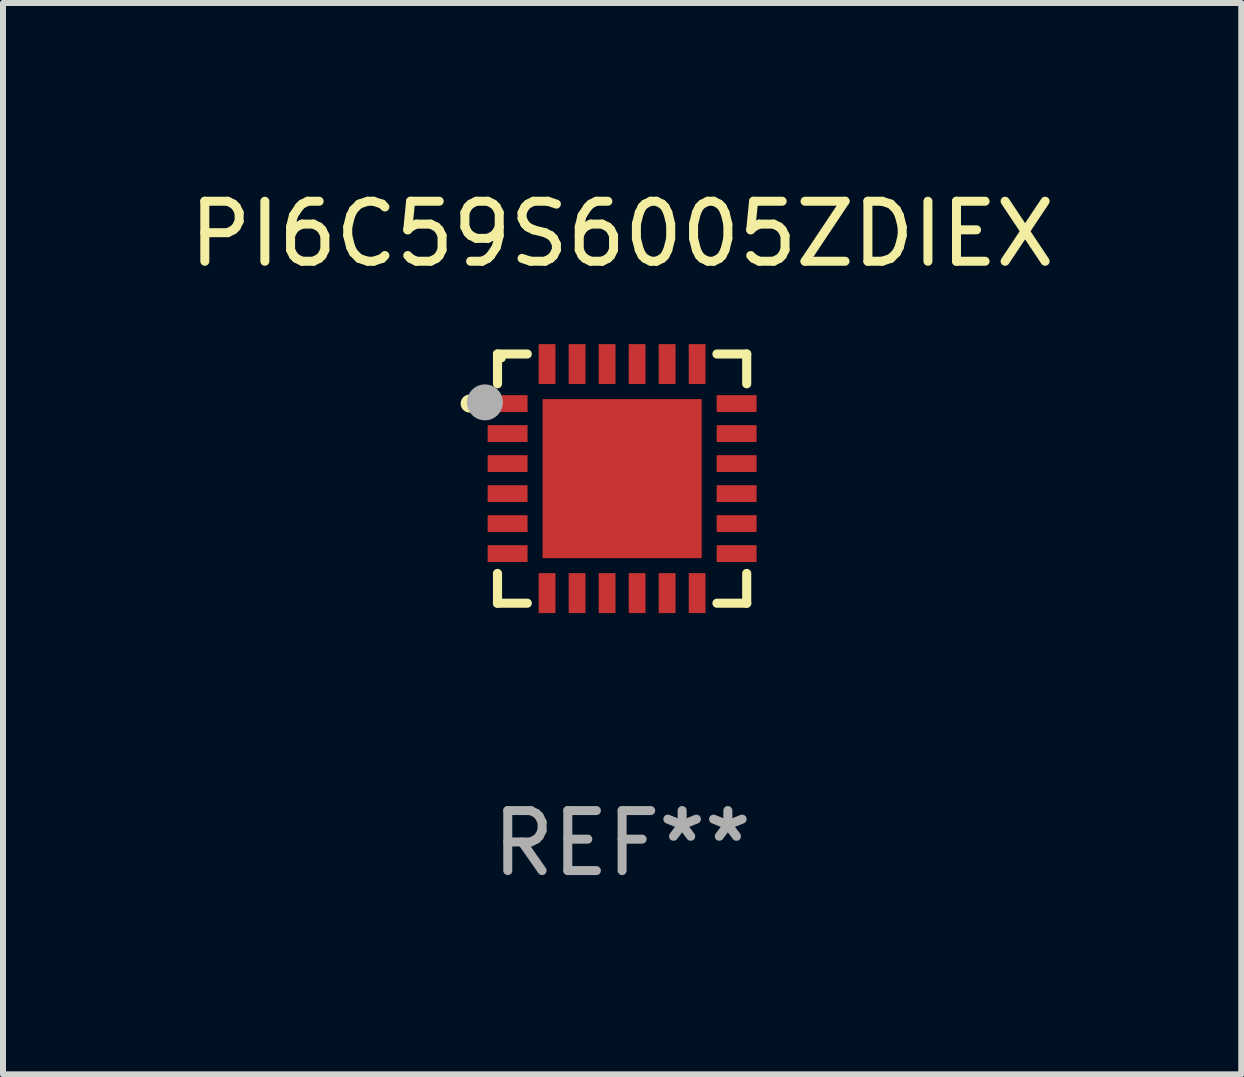
<source format=kicad_pcb>
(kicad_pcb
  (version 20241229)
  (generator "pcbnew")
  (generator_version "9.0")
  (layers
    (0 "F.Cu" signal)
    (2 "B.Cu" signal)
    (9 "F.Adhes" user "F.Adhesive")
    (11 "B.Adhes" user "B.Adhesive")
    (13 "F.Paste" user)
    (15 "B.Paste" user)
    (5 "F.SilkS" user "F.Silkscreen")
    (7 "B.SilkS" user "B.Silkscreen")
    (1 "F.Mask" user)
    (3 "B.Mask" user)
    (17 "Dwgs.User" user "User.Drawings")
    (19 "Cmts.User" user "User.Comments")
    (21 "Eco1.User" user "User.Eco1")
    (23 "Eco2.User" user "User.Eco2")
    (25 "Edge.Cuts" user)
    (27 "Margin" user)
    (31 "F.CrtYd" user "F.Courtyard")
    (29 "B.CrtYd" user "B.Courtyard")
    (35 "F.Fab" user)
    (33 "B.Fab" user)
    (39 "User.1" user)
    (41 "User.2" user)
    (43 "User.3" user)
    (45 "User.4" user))
  (footprint "PI6C59S6005ZDIEX"
    (layer "F.Cu")
    (at 7.315 4.924)
    (property "Reference" "PI6C59S6005ZDIEX" (at 0 -4.076 0) (layer "F.SilkS") (effects (font (size 1 1) (thickness 0.15))))
    (attr through_hole)
    (fp_line (start -2.076 -2.076) (end -2.076 -1.58) (stroke (width 0.152) (type solid)) (layer "F.SilkS"))
    (fp_line (start -2.076 2.076) (end -2.076 1.58) (stroke (width 0.152) (type solid)) (layer "F.SilkS"))
    (fp_line (start -1.58 -2.076) (end -2.076 -2.076) (stroke (width 0.152) (type solid)) (layer "F.SilkS"))
    (fp_line (start -1.58 2.076) (end -2.076 2.076) (stroke (width 0.152) (type solid)) (layer "F.SilkS"))
    (fp_line (start 1.58 -2.076) (end 2.076 -2.076) (stroke (width 0.152) (type solid)) (layer "F.SilkS"))
    (fp_line (start 1.58 2.076) (end 2.076 2.076) (stroke (width 0.152) (type solid)) (layer "F.SilkS"))
    (fp_line (start 2.076 -2.076) (end 2.076 -1.58) (stroke (width 0.152) (type solid)) (layer "F.SilkS"))
    (fp_line (start 2.076 2.076) (end 2.076 1.58) (stroke (width 0.152) (type solid)) (layer "F.SilkS"))
    (fp_circle (center -2.54 -1.25) (end -2.465 -1.25) (stroke (width 0.15) (type solid)) (fill no) (layer "F.SilkS"))
    (fp_circle (center -2 -2) (end -1.97 -2) (stroke (width 0.06) (type solid)) (fill no) (layer "F.SilkS"))
    (fp_circle (center -2.286 -1.27) (end -2.136 -1.27) (stroke (width 0.3) (type solid)) (fill no) (layer "F.Fab"))
    (fp_text user "REF**" (at 0 6.076 0) (layer "F.Fab") (effects (font (size 1 1) (thickness 0.15))))
    (pad "1" smd rect (at -1.908 -1.25) (size 0.665 0.28) (layers "F.Cu" "F.Mask" "F.Paste"))
    (pad "2" smd rect (at -1.908 -0.75) (size 0.665 0.28) (layers "F.Cu" "F.Mask" "F.Paste"))
    (pad "3" smd rect (at -1.908 -0.25) (size 0.665 0.28) (layers "F.Cu" "F.Mask" "F.Paste"))
    (pad "4" smd rect (at -1.908 0.25) (size 0.665 0.28) (layers "F.Cu" "F.Mask" "F.Paste"))
    (pad "5" smd rect (at -1.908 0.75) (size 0.665 0.28) (layers "F.Cu" "F.Mask" "F.Paste"))
    (pad "6" smd rect (at -1.908 1.25) (size 0.665 0.28) (layers "F.Cu" "F.Mask" "F.Paste"))
    (pad "7" smd rect (at -1.25 1.908) (size 0.28 0.665) (layers "F.Cu" "F.Mask" "F.Paste"))
    (pad "8" smd rect (at -0.75 1.908) (size 0.28 0.665) (layers "F.Cu" "F.Mask" "F.Paste"))
    (pad "9" smd rect (at -0.25 1.908) (size 0.28 0.665) (layers "F.Cu" "F.Mask" "F.Paste"))
    (pad "10" smd rect (at 0.25 1.908) (size 0.28 0.665) (layers "F.Cu" "F.Mask" "F.Paste"))
    (pad "11" smd rect (at 0.75 1.908) (size 0.28 0.665) (layers "F.Cu" "F.Mask" "F.Paste"))
    (pad "12" smd rect (at 1.25 1.908) (size 0.28 0.665) (layers "F.Cu" "F.Mask" "F.Paste"))
    (pad "13" smd rect (at 1.908 1.25) (size 0.665 0.28) (layers "F.Cu" "F.Mask" "F.Paste"))
    (pad "14" smd rect (at 1.908 0.75) (size 0.665 0.28) (layers "F.Cu" "F.Mask" "F.Paste"))
    (pad "15" smd rect (at 1.908 0.25) (size 0.665 0.28) (layers "F.Cu" "F.Mask" "F.Paste"))
    (pad "16" smd rect (at 1.908 -0.25) (size 0.665 0.28) (layers "F.Cu" "F.Mask" "F.Paste"))
    (pad "17" smd rect (at 1.908 -0.75) (size 0.665 0.28) (layers "F.Cu" "F.Mask" "F.Paste"))
    (pad "18" smd rect (at 1.908 -1.25) (size 0.665 0.28) (layers "F.Cu" "F.Mask" "F.Paste"))
    (pad "19" smd rect (at 1.25 -1.908) (size 0.28 0.665) (layers "F.Cu" "F.Mask" "F.Paste"))
    (pad "20" smd rect (at 0.75 -1.908) (size 0.28 0.665) (layers "F.Cu" "F.Mask" "F.Paste"))
    (pad "21" smd rect (at 0.25 -1.908) (size 0.28 0.665) (layers "F.Cu" "F.Mask" "F.Paste"))
    (pad "22" smd rect (at -0.25 -1.908) (size 0.28 0.665) (layers "F.Cu" "F.Mask" "F.Paste"))
    (pad "23" smd rect (at -0.75 -1.908) (size 0.28 0.665) (layers "F.Cu" "F.Mask" "F.Paste"))
    (pad "24" smd rect (at -1.25 -1.908) (size 0.28 0.665) (layers "F.Cu" "F.Mask" "F.Paste"))
    (pad "25" smd rect (at 0 0) (size 2.65 2.65) (layers "F.Cu" "F.Mask" "F.Paste")))
  (gr_rect
    (start -3 -3)
    (end 17.631 14.849)
    (stroke (width 0.1) (type default))
    (fill no)
    (layer "Edge.Cuts")))
</source>
